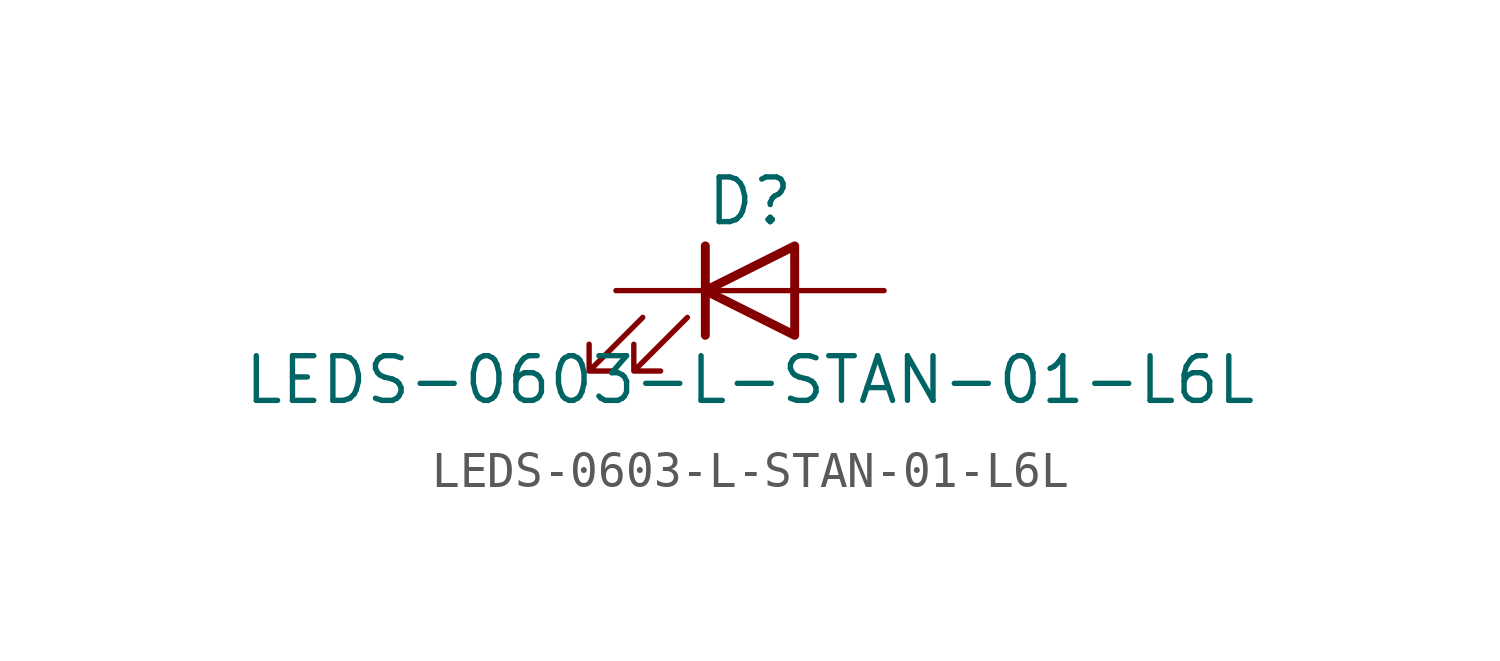
<source format=kicad_sym>
(kicad_symbol_lib
  (version 20211014)
  (generator kicad_symbol_editor)
  (symbol "LEDS-0603-L-STAN-01-L6L"
    (pin_numbers hide)
    (pin_names
      (offset 1.016) hide)
    (property "Reference" "D"
      (at 0 2.54 0)
      (effects (font (size 1.27 1.27))))
    (property "Value" "LEDS-0603-L-STAN-01-L6L"
      (at 0 -2.54 0)
      (effects (font (size 1.27 1.27))))
    (symbol "LEDS-0603-L-STAN-01-L6L_0_1"
      (polyline (pts (xy -1.27 -1.27) (xy -1.27 1.27)) (stroke (width 0.254) (type default) (color 0 0 0 0)) (fill (type none)))
      (polyline (pts (xy -1.27 0) (xy 1.27 0)) (stroke (width 0) (type default) (color 0 0 0 0)) (fill (type none)))
      (polyline (pts (xy 1.27 -1.27) (xy 1.27 1.27) (xy -1.27 0) (xy 1.27 -1.27)) (stroke (width 0.254) (type default) (color 0 0 0 0)) (fill (type none)))
      (polyline (pts (xy -3.048 -0.762) (xy -4.572 -2.286) (xy -3.81 -2.286) (xy -4.572 -2.286) (xy -4.572 -1.524)) (stroke (width 0) (type default) (color 0 0 0 0)) (fill (type none)))
      (polyline (pts (xy -1.778 -0.762) (xy -3.302 -2.286) (xy -2.54 -2.286) (xy -3.302 -2.286) (xy -3.302 -1.524)) (stroke (width 0) (type default) (color 0 0 0 0)) (fill (type none))))
    (symbol "LEDS-0603-L-STAN-01-L6L_1_1"
      (pin passive line (at -3.81 0 0) (length 2.54) (name "K" (effects (font (size 1.27 1.27)))) (number "1" (effects (font (size 1.27 1.27)))))
      (pin passive line (at 3.81 0 180) (length 2.54) (name "A" (effects (font (size 1.27 1.27)))) (number "2" (effects (font (size 1.27 1.27))))))))
</source>
